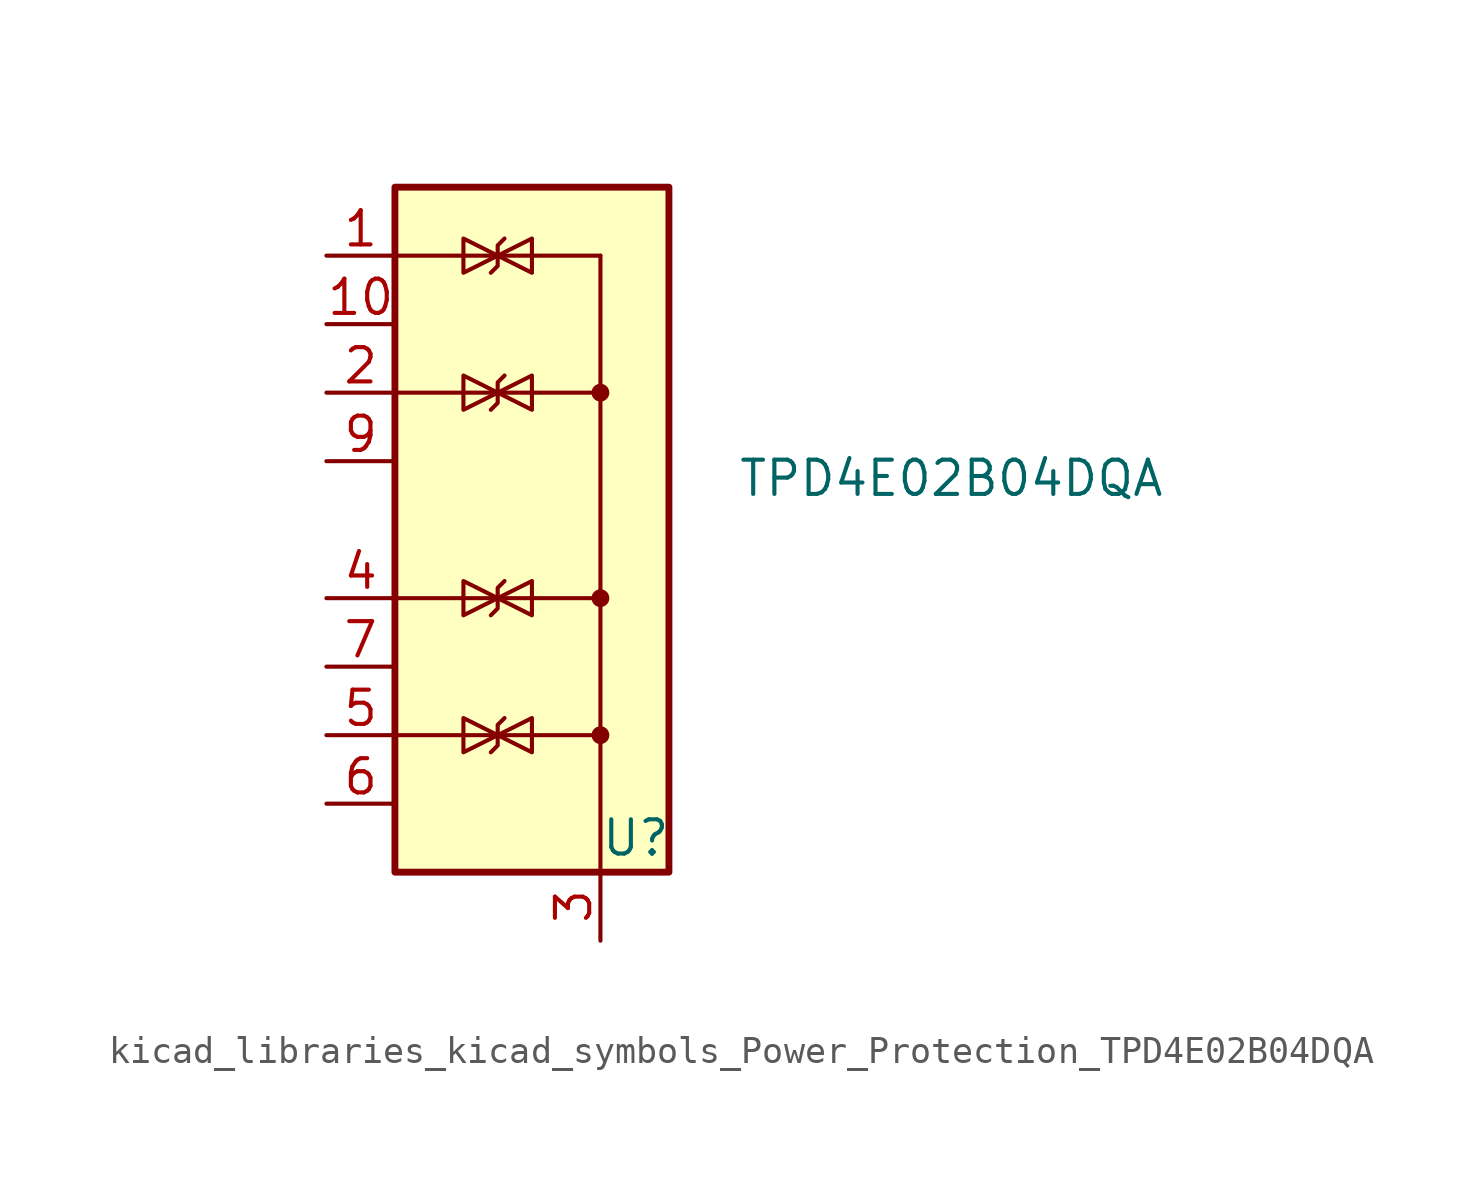
<source format=kicad_sym>
(kicad_symbol_lib
  (version 20220914)
  (generator kicad_symbol_editor)
  (symbol "kicad_libraries_kicad_symbols_Power_Protection_TPD4E02B04DQA"
    (pin_names hide)
    (property "Reference" "U"
      (at 2.54 -11.43 0)
      (effects (font (size 1.27 1.27)) (justify left)))
    (property "Value" "TPD4E02B04DQA"
      (at 7.62 1.905 0)
      (effects (font (size 1.27 1.27)) (justify left)))
    (symbol "kicad_libraries_kicad_symbols_Power_Protection_TPD4E02B04DQA_0_0"
      (pin passive line (at 2.54 -15.24 90) (length 2.54) (name "G" (effects (font (size 1.27 1.27)))) (number "3" (effects (font (size 1.27 1.27))))))
    (symbol "kicad_libraries_kicad_symbols_Power_Protection_TPD4E02B04DQA_0_1"
      (rectangle (start -5.08 12.7) (end 5.08 -12.7) (stroke (width 0.254) (type default)) (fill (type background)))
      (polyline (pts (xy -5.08 -7.62) (xy 2.54 -7.62)) (stroke (width 0) (type default)) (fill (type none)))
      (polyline (pts (xy -5.08 -2.54) (xy 2.54 -2.54)) (stroke (width 0) (type default)) (fill (type none)))
      (polyline (pts (xy -5.08 5.08) (xy 2.54 5.08)) (stroke (width 0) (type default)) (fill (type none)))
      (polyline (pts (xy -5.08 10.16) (xy 2.54 10.16)) (stroke (width 0) (type default)) (fill (type none)))
      (polyline (pts (xy 2.54 10.16) (xy 2.54 -12.7)) (stroke (width 0.152) (type default)) (fill (type none)))
      (polyline (pts (xy -1.27 -7.62) (xy 0 -8.255) (xy 0 -6.985) (xy -1.27 -7.62)) (stroke (width 0) (type default)) (fill (type none)))
      (polyline (pts (xy -1.27 -2.54) (xy 0 -3.175) (xy 0 -1.905) (xy -1.27 -2.54)) (stroke (width 0) (type default)) (fill (type none)))
      (polyline (pts (xy -1.27 5.08) (xy 0 4.445) (xy 0 5.715) (xy -1.27 5.08)) (stroke (width 0) (type default)) (fill (type none)))
      (polyline (pts (xy -1.27 10.16) (xy 0 9.525) (xy 0 10.795) (xy -1.27 10.16)) (stroke (width 0) (type default)) (fill (type none)))
      (circle (center 2.54 -7.62) (radius 0.254) (stroke (width 0) (type default)) (fill (type outline)))
      (circle (center 2.54 -2.54) (radius 0.254) (stroke (width 0) (type default)) (fill (type outline)))
      (circle (center 2.54 5.08) (radius 0.254) (stroke (width 0) (type default)) (fill (type outline))))
    (symbol "kicad_libraries_kicad_symbols_Power_Protection_TPD4E02B04DQA_1_1"
      (polyline (pts (xy -1.524 -8.255) (xy -1.27 -8.001) (xy -1.27 -7.239) (xy -1.016 -6.985)) (stroke (width 0) (type default)) (fill (type none)))
      (polyline (pts (xy -1.524 -3.175) (xy -1.27 -2.921) (xy -1.27 -2.159) (xy -1.016 -1.905)) (stroke (width 0) (type default)) (fill (type none)))
      (polyline (pts (xy -1.524 4.445) (xy -1.27 4.699) (xy -1.27 5.461) (xy -1.016 5.715)) (stroke (width 0) (type default)) (fill (type none)))
      (polyline (pts (xy -1.524 9.525) (xy -1.27 9.779) (xy -1.27 10.541) (xy -1.016 10.795)) (stroke (width 0) (type default)) (fill (type none)))
      (polyline (pts (xy -1.27 -7.62) (xy -2.54 -8.255) (xy -2.54 -6.985) (xy -1.27 -7.62)) (stroke (width 0) (type default)) (fill (type none)))
      (polyline (pts (xy -1.27 -2.54) (xy -2.54 -3.175) (xy -2.54 -1.905) (xy -1.27 -2.54)) (stroke (width 0) (type default)) (fill (type none)))
      (polyline (pts (xy -1.27 5.08) (xy -2.54 4.445) (xy -2.54 5.715) (xy -1.27 5.08)) (stroke (width 0) (type default)) (fill (type none)))
      (polyline (pts (xy -1.27 10.16) (xy -2.54 9.525) (xy -2.54 10.795) (xy -1.27 10.16)) (stroke (width 0) (type default)) (fill (type none)))
      (pin passive line (at -7.62 10.16 0) (length 2.54) (name "IO1" (effects (font (size 1.27 1.27)))) (number "1" (effects (font (size 1.27 1.27)))))
      (pin free line (at -7.62 7.62 0) (length 2.54) (name "NC" (effects (font (size 1.27 1.27)))) (number "10" (effects (font (size 1.27 1.27)))))
      (pin passive line (at -7.62 5.08 0) (length 2.54) (name "IO2" (effects (font (size 1.27 1.27)))) (number "2" (effects (font (size 1.27 1.27)))))
      (pin passive line (at -7.62 -2.54 0) (length 2.54) (name "IO3" (effects (font (size 1.27 1.27)))) (number "4" (effects (font (size 1.27 1.27)))))
      (pin passive line (at -7.62 -7.62 0) (length 2.54) (name "IO4" (effects (font (size 1.27 1.27)))) (number "5" (effects (font (size 1.27 1.27)))))
      (pin free line (at -7.62 -10.16 0) (length 2.54) (name "NC" (effects (font (size 1.27 1.27)))) (number "6" (effects (font (size 1.27 1.27)))))
      (pin free line (at -7.62 -5.08 0) (length 2.54) (name "NC" (effects (font (size 1.27 1.27)))) (number "7" (effects (font (size 1.27 1.27)))))
      (pin passive line (at 2.54 -15.24 90) (length 2.54) hide (name "G" (effects (font (size 1.27 1.27)))) (number "8" (effects (font (size 1.27 1.27)))))
      (pin free line (at -7.62 2.54 0) (length 2.54) (name "NC" (effects (font (size 1.27 1.27)))) (number "9" (effects (font (size 1.27 1.27))))))))
</source>
